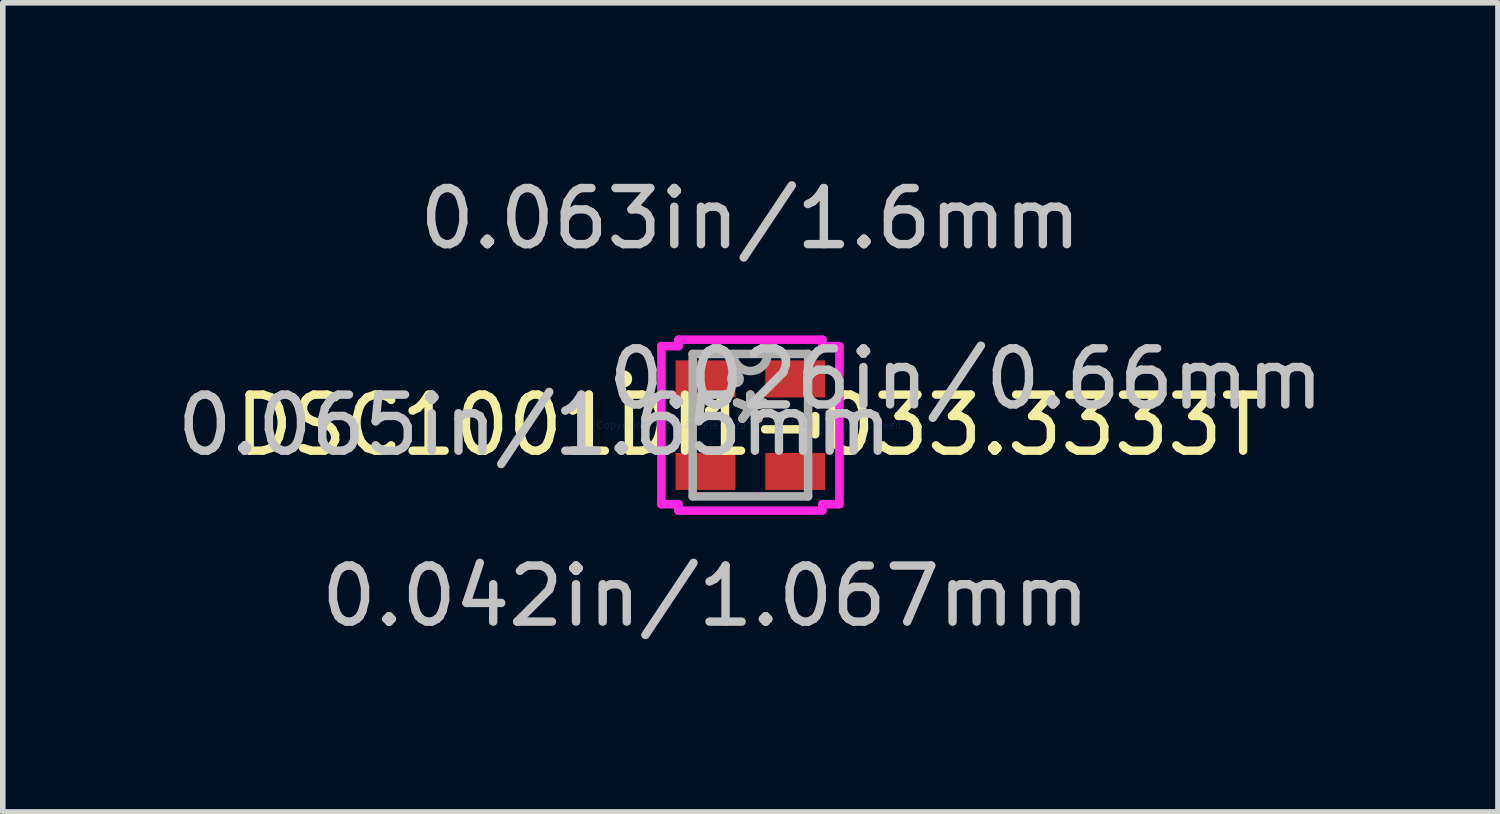
<source format=kicad_pcb>
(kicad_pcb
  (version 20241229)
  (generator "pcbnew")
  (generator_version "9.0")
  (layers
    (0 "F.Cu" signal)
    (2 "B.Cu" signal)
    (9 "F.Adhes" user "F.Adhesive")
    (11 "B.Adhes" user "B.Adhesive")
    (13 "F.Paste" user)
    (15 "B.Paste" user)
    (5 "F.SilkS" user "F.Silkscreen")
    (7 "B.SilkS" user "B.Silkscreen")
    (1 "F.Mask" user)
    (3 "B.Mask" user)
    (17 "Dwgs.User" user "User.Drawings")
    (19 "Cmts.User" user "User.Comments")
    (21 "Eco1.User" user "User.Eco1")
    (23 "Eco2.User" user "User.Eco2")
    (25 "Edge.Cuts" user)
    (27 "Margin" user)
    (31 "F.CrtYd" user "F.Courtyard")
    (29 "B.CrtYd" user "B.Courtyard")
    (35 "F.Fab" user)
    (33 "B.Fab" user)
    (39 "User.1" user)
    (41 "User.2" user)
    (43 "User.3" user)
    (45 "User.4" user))
  (footprint "DSC1001DI1-033.3333T"
    (layer "F.Cu")
    (at 10.33 4.531)
    (property "Reference" "DSC1001DI1-033.3333T" (at 0 0 0) (layer "F.SilkS") (effects (font (size 1 1) (thickness 0.15))))
    (attr through_hole)
    (fp_line (start -1.156 -0.162) (end -1.156 0.162) (stroke (width 0.152) (type solid)) (layer "F.SilkS"))
    (fp_line (start 1.156 0.162) (end 1.156 -0.162) (stroke (width 0.152) (type solid)) (layer "F.SilkS"))
    (fp_circle (center -2.26 -0.825) (end -2.184 -0.825) (stroke (width 0.152) (type solid)) (fill no) (layer "F.SilkS"))
    (fp_line (start -1.587 -1.409) (end -1.283 -1.409) (stroke (width 0.152) (type solid)) (layer "F.CrtYd"))
    (fp_line (start -1.587 1.409) (end -1.587 -1.409) (stroke (width 0.152) (type solid)) (layer "F.CrtYd"))
    (fp_line (start -1.283 -1.524) (end 1.283 -1.524) (stroke (width 0.152) (type solid)) (layer "F.CrtYd"))
    (fp_line (start -1.283 -1.409) (end -1.283 -1.524) (stroke (width 0.152) (type solid)) (layer "F.CrtYd"))
    (fp_line (start -1.283 1.409) (end -1.587 1.409) (stroke (width 0.152) (type solid)) (layer "F.CrtYd"))
    (fp_line (start -1.283 1.524) (end -1.283 1.409) (stroke (width 0.152) (type solid)) (layer "F.CrtYd"))
    (fp_line (start 1.283 -1.524) (end 1.283 -1.409) (stroke (width 0.152) (type solid)) (layer "F.CrtYd"))
    (fp_line (start 1.283 -1.409) (end 1.587 -1.409) (stroke (width 0.152) (type solid)) (layer "F.CrtYd"))
    (fp_line (start 1.283 1.409) (end 1.283 1.524) (stroke (width 0.152) (type solid)) (layer "F.CrtYd"))
    (fp_line (start 1.283 1.524) (end -1.283 1.524) (stroke (width 0.152) (type solid)) (layer "F.CrtYd"))
    (fp_line (start 1.587 -1.409) (end 1.587 1.409) (stroke (width 0.152) (type solid)) (layer "F.CrtYd"))
    (fp_line (start 1.587 1.409) (end 1.283 1.409) (stroke (width 0.152) (type solid)) (layer "F.CrtYd"))
    (fp_line (start -1.029 -1.27) (end -1.029 1.27) (stroke (width 0.152) (type solid)) (layer "F.Fab"))
    (fp_line (start -1.029 1.27) (end 1.029 1.27) (stroke (width 0.152) (type solid)) (layer "F.Fab"))
    (fp_line (start 1.029 -1.27) (end -1.029 -1.27) (stroke (width 0.152) (type solid)) (layer "F.Fab"))
    (fp_line (start 1.029 1.27) (end 1.029 -1.27) (stroke (width 0.152) (type solid)) (layer "F.Fab"))
    (fp_arc (start 0.3048 -1.27) (mid 0 -0.9652) (end -0.3048 -1.27) (stroke (width 0.1524) (type solid)) (layer "F.Fab"))
    (fp_circle (center -0.267 -0.825) (end -0.267 -0.825) (stroke (width 0.152) (type solid)) (fill no) (layer "F.Fab"))
    (fp_text user "*" (at 0 0 0) (layer "F.SilkS") (effects (font (size 1 1) (thickness 0.15))))
    (fp_text user "0.065in/1.65mm" (at -3.848 0 0) (layer "Dwgs.User") (effects (font (size 1 1) (thickness 0.15))))
    (fp_text user "0.042in/1.067mm" (at -0.8 3.048 0) (layer "Dwgs.User") (effects (font (size 1 1) (thickness 0.15))))
    (fp_text user "0.063in/1.6mm" (at 0 -3.683 0) (layer "Dwgs.User") (effects (font (size 1 1) (thickness 0.15))))
    (fp_text user "0.026in/0.66mm" (at 3.848 -0.825 0) (layer "Dwgs.User") (effects (font (size 1 1) (thickness 0.15))))
    (fp_text user "Copyright 2016 Accelerated Designs. All rights reserved." (at 0 0 0) (layer "Cmts.User") (effects (font (size 0.127 0.127) (thickness 0.002))))
    (fp_text user "*" (at 0 0 0) (layer "F.Fab") (effects (font (size 1 1) (thickness 0.15))))
    (pad "1" smd rect (at -0.8 -0.825) (size 1.067 0.66) (layers "F.Cu" "F.Mask" "F.Paste"))
    (pad "2" smd rect (at -0.8 0.825) (size 1.067 0.66) (layers "F.Cu" "F.Mask" "F.Paste"))
    (pad "3" smd rect (at 0.8 0.825) (size 1.067 0.66) (layers "F.Cu" "F.Mask" "F.Paste"))
    (pad "4" smd rect (at 0.8 -0.825) (size 1.067 0.66) (layers "F.Cu" "F.Mask" "F.Paste")))
  (gr_rect
    (start -3 -3)
    (end 23.66 11.428)
    (stroke (width 0.1) (type default))
    (fill no)
    (layer "Edge.Cuts")))
</source>
